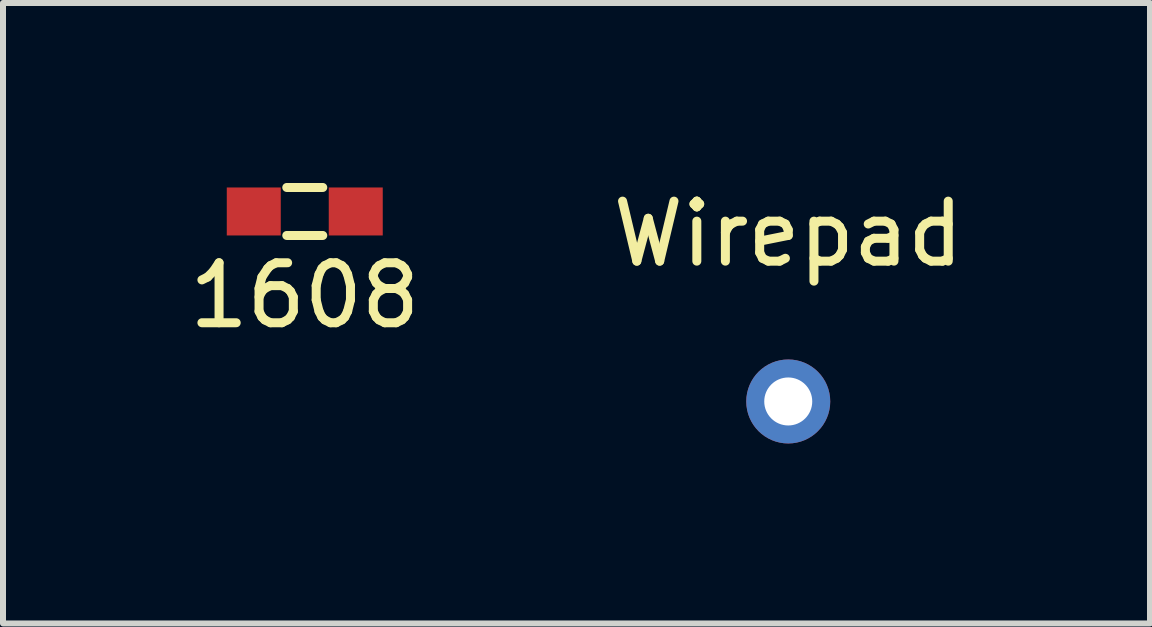
<source format=kicad_pcb>
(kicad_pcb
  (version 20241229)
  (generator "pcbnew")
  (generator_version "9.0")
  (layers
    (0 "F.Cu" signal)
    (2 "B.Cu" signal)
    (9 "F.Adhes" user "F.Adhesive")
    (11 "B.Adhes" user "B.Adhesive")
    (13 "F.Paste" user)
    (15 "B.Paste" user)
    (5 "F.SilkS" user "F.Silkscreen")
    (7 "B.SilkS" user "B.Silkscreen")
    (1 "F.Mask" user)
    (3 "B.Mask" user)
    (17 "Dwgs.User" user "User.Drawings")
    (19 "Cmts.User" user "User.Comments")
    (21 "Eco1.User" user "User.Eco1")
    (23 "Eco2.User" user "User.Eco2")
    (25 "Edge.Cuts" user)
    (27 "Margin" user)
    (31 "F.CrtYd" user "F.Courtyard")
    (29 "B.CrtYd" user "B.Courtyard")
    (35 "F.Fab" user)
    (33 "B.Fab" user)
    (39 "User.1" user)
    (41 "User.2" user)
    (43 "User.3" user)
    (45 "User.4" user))
  (footprint "1608"
    (layer "F.Cu")
    (at 2.03 0.475)
    (property "Reference" "1608" (at 0 1.4 0) (layer "F.SilkS") (effects (font (size 1 1) (thickness 0.15))))
    (attr through_hole)
    (fp_line (start -0.3 -0.4) (end 0.3 -0.4) (stroke (width 0.15) (type solid)) (layer "F.SilkS"))
    (fp_line (start -0.3 0.4) (end 0.3 0.4) (stroke (width 0.15) (type solid)) (layer "F.SilkS"))
    (pad "1" smd rect (at -0.85 0) (size 0.9 0.8) (layers "F.Cu" "F.Mask" "F.Paste"))
    (pad "2" smd rect (at 0.85 0) (size 0.9 0.8) (layers "F.Cu" "F.Mask" "F.Paste")))
  (footprint "Wirepad"
    (layer "F.Cu")
    (at 10.089 3.642)
    (property "Reference" "Wirepad" (at 0 -2.794 0) (layer "F.SilkS") (effects (font (size 1 1) (thickness 0.15))))
    (attr through_hole)
    (pad "1" thru_hole circle (at 0 0) (size 1.4 1.4) (drill 0.8) (layers "*.Cu" "*.Mask")))
  (gr_rect
    (start -3 -3)
    (end 16.119 7.342)
    (stroke (width 0.1) (type default))
    (fill no)
    (layer "Edge.Cuts")))
</source>
